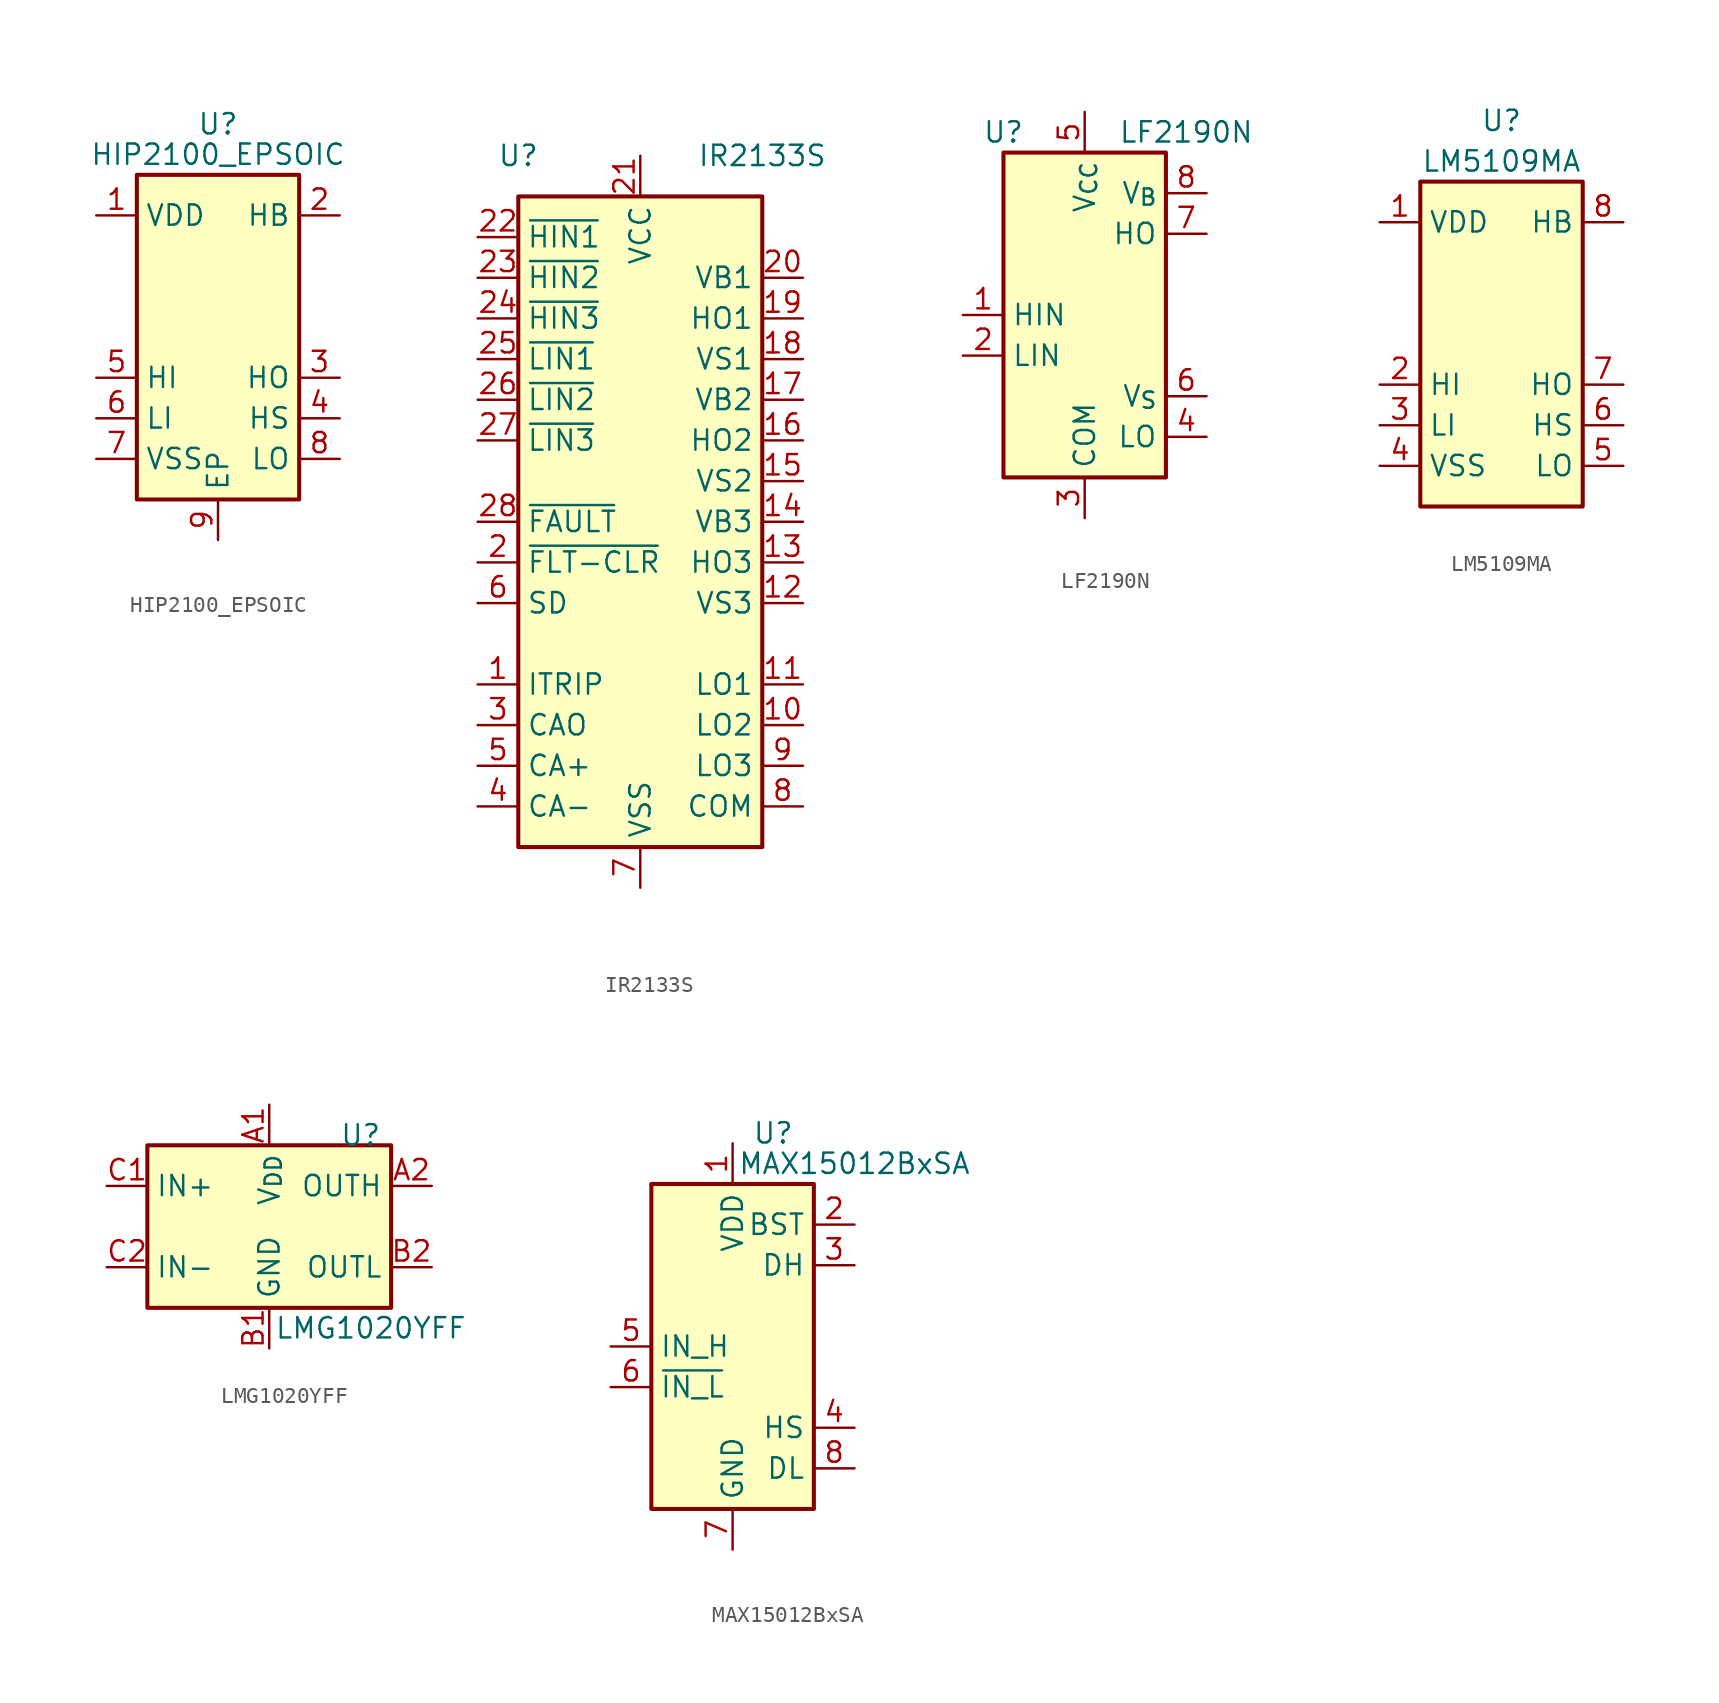
<source format=kicad_sym>
(kicad_symbol_lib
  (version 20231120)
  (generator "kicad_symbol_editor")
  (generator_version "8.0")
  (symbol "HIP2100_EPSOIC"
    (property "Reference" "U"
      (at 0 13.335 0)
      (effects (font (size 1.27 1.27))))
    (property "Value" "HIP2100_EPSOIC"
      (at 0 11.43 0)
      (effects (font (size 1.27 1.27))))
    (symbol "HIP2100_EPSOIC_0_1"
      (rectangle (start -5.08 -10.16) (end 5.08 10.16) (stroke (width 0.254) (type default)) (fill (type background))))
    (symbol "HIP2100_EPSOIC_1_1"
      (pin power_in line (at -7.62 7.62 0) (length 2.54) (name "VDD" (effects (font (size 1.27 1.27)))) (number "1" (effects (font (size 1.27 1.27)))))
      (pin passive line (at 7.62 7.62 180) (length 2.54) (name "HB" (effects (font (size 1.27 1.27)))) (number "2" (effects (font (size 1.27 1.27)))))
      (pin output line (at 7.62 -2.54 180) (length 2.54) (name "HO" (effects (font (size 1.27 1.27)))) (number "3" (effects (font (size 1.27 1.27)))))
      (pin passive line (at 7.62 -5.08 180) (length 2.54) (name "HS" (effects (font (size 1.27 1.27)))) (number "4" (effects (font (size 1.27 1.27)))))
      (pin input line (at -7.62 -2.54 0) (length 2.54) (name "HI" (effects (font (size 1.27 1.27)))) (number "5" (effects (font (size 1.27 1.27)))))
      (pin input line (at -7.62 -5.08 0) (length 2.54) (name "LI" (effects (font (size 1.27 1.27)))) (number "6" (effects (font (size 1.27 1.27)))))
      (pin power_in line (at -7.62 -7.62 0) (length 2.54) (name "VSS" (effects (font (size 1.27 1.27)))) (number "7" (effects (font (size 1.27 1.27)))))
      (pin output line (at 7.62 -7.62 180) (length 2.54) (name "LO" (effects (font (size 1.27 1.27)))) (number "8" (effects (font (size 1.27 1.27)))))
      (pin output line (at 0 -12.7 90) (length 2.54) (name "EP" (effects (font (size 1.27 1.27)))) (number "9" (effects (font (size 1.27 1.27)))))))
  (symbol "IR2133S"
    (property "Reference" "U"
      (at -7.62 22.86 0)
      (effects (font (size 1.27 1.27))))
    (property "Value" "IR2133S"
      (at 7.62 22.86 0)
      (effects (font (size 1.27 1.27))))
    (symbol "IR2133S_1_1"
      (rectangle (start -7.62 -20.32) (end 7.62 20.32) (stroke (width 0.254) (type default)) (fill (type background)))
      (pin input line (at -10.16 -10.16 0) (length 2.54) (name "ITRIP" (effects (font (size 1.27 1.27)))) (number "1" (effects (font (size 1.27 1.27)))))
      (pin output line (at 10.16 -12.7 180) (length 2.54) (name "LO2" (effects (font (size 1.27 1.27)))) (number "10" (effects (font (size 1.27 1.27)))))
      (pin output line (at 10.16 -10.16 180) (length 2.54) (name "LO1" (effects (font (size 1.27 1.27)))) (number "11" (effects (font (size 1.27 1.27)))))
      (pin passive line (at 10.16 -5.08 180) (length 2.54) (name "VS3" (effects (font (size 1.27 1.27)))) (number "12" (effects (font (size 1.27 1.27)))))
      (pin output line (at 10.16 -2.54 180) (length 2.54) (name "HO3" (effects (font (size 1.27 1.27)))) (number "13" (effects (font (size 1.27 1.27)))))
      (pin passive line (at 10.16 0 180) (length 2.54) (name "VB3" (effects (font (size 1.27 1.27)))) (number "14" (effects (font (size 1.27 1.27)))))
      (pin passive line (at 10.16 2.54 180) (length 2.54) (name "VS2" (effects (font (size 1.27 1.27)))) (number "15" (effects (font (size 1.27 1.27)))))
      (pin output line (at 10.16 5.08 180) (length 2.54) (name "HO2" (effects (font (size 1.27 1.27)))) (number "16" (effects (font (size 1.27 1.27)))))
      (pin passive line (at 10.16 7.62 180) (length 2.54) (name "VB2" (effects (font (size 1.27 1.27)))) (number "17" (effects (font (size 1.27 1.27)))))
      (pin passive line (at 10.16 10.16 180) (length 2.54) (name "VS1" (effects (font (size 1.27 1.27)))) (number "18" (effects (font (size 1.27 1.27)))))
      (pin output line (at 10.16 12.7 180) (length 2.54) (name "HO1" (effects (font (size 1.27 1.27)))) (number "19" (effects (font (size 1.27 1.27)))))
      (pin input line (at -10.16 -2.54 0) (length 2.54) (name "~{FLT-CLR}" (effects (font (size 1.27 1.27)))) (number "2" (effects (font (size 1.27 1.27)))))
      (pin passive line (at 10.16 15.24 180) (length 2.54) (name "VB1" (effects (font (size 1.27 1.27)))) (number "20" (effects (font (size 1.27 1.27)))))
      (pin power_in line (at 0 22.86 270) (length 2.54) (name "VCC" (effects (font (size 1.27 1.27)))) (number "21" (effects (font (size 1.27 1.27)))))
      (pin input line (at -10.16 17.78 0) (length 2.54) (name "~{HIN1}" (effects (font (size 1.27 1.27)))) (number "22" (effects (font (size 1.27 1.27)))))
      (pin input line (at -10.16 15.24 0) (length 2.54) (name "~{HIN2}" (effects (font (size 1.27 1.27)))) (number "23" (effects (font (size 1.27 1.27)))))
      (pin input line (at -10.16 12.7 0) (length 2.54) (name "~{HIN3}" (effects (font (size 1.27 1.27)))) (number "24" (effects (font (size 1.27 1.27)))))
      (pin input line (at -10.16 10.16 0) (length 2.54) (name "~{LIN1}" (effects (font (size 1.27 1.27)))) (number "25" (effects (font (size 1.27 1.27)))))
      (pin input line (at -10.16 7.62 0) (length 2.54) (name "~{LIN2}" (effects (font (size 1.27 1.27)))) (number "26" (effects (font (size 1.27 1.27)))))
      (pin input line (at -10.16 5.08 0) (length 2.54) (name "~{LIN3}" (effects (font (size 1.27 1.27)))) (number "27" (effects (font (size 1.27 1.27)))))
      (pin output line (at -10.16 0 0) (length 2.54) (name "~{FAULT}" (effects (font (size 1.27 1.27)))) (number "28" (effects (font (size 1.27 1.27)))))
      (pin output line (at -10.16 -12.7 0) (length 2.54) (name "CAO" (effects (font (size 1.27 1.27)))) (number "3" (effects (font (size 1.27 1.27)))))
      (pin input line (at -10.16 -17.78 0) (length 2.54) (name "CA-" (effects (font (size 1.27 1.27)))) (number "4" (effects (font (size 1.27 1.27)))))
      (pin input line (at -10.16 -15.24 0) (length 2.54) (name "CA+" (effects (font (size 1.27 1.27)))) (number "5" (effects (font (size 1.27 1.27)))))
      (pin input line (at -10.16 -5.08 0) (length 2.54) (name "SD" (effects (font (size 1.27 1.27)))) (number "6" (effects (font (size 1.27 1.27)))))
      (pin power_in line (at 0 -22.86 90) (length 2.54) (name "VSS" (effects (font (size 1.27 1.27)))) (number "7" (effects (font (size 1.27 1.27)))))
      (pin passive line (at 10.16 -17.78 180) (length 2.54) (name "COM" (effects (font (size 1.27 1.27)))) (number "8" (effects (font (size 1.27 1.27)))))
      (pin output line (at 10.16 -15.24 180) (length 2.54) (name "LO3" (effects (font (size 1.27 1.27)))) (number "9" (effects (font (size 1.27 1.27)))))))
  (symbol "LF2190N"
    (property "Reference" "U"
      (at -5.08 11.43 0)
      (effects (font (size 1.27 1.27))))
    (property "Value" "LF2190N"
      (at 6.35 11.43 0)
      (effects (font (size 1.27 1.27))))
    (symbol "LF2190N_0_1"
      (rectangle (start -5.08 -10.16) (end 5.08 10.16) (stroke (width 0.254) (type default)) (fill (type background))))
    (symbol "LF2190N_1_1"
      (pin passive line (at -7.62 0 0) (length 2.54) (name "HIN" (effects (font (size 1.27 1.27)))) (number "1" (effects (font (size 1.27 1.27)))))
      (pin passive line (at -7.62 -2.54 0) (length 2.54) (name "LIN" (effects (font (size 1.27 1.27)))) (number "2" (effects (font (size 1.27 1.27)))))
      (pin power_in line (at 0 -12.7 90) (length 2.54) (name "COM" (effects (font (size 1.27 1.27)))) (number "3" (effects (font (size 1.27 1.27)))))
      (pin output line (at 7.62 -7.62 180) (length 2.54) (name "LO" (effects (font (size 1.27 1.27)))) (number "4" (effects (font (size 1.27 1.27)))))
      (pin power_in line (at 0 12.7 270) (length 2.54) (name "V_{CC}" (effects (font (size 1.27 1.27)))) (number "5" (effects (font (size 1.27 1.27)))))
      (pin passive line (at 7.62 -5.08 180) (length 2.54) (name "V_{S}" (effects (font (size 1.27 1.27)))) (number "6" (effects (font (size 1.27 1.27)))))
      (pin output line (at 7.62 5.08 180) (length 2.54) (name "HO" (effects (font (size 1.27 1.27)))) (number "7" (effects (font (size 1.27 1.27)))))
      (pin passive line (at 7.62 7.62 180) (length 2.54) (name "V_{B}" (effects (font (size 1.27 1.27)))) (number "8" (effects (font (size 1.27 1.27)))))))
  (symbol "LM5109MA"
    (property "Reference" "U"
      (at 0 13.97 0)
      (effects (font (size 1.27 1.27))))
    (property "Value" "LM5109MA"
      (at 0 11.43 0)
      (effects (font (size 1.27 1.27))))
    (symbol "LM5109MA_0_1"
      (rectangle (start -5.08 -10.16) (end 5.08 10.16) (stroke (width 0.254) (type default)) (fill (type background))))
    (symbol "LM5109MA_1_1"
      (pin power_in line (at -7.62 7.62 0) (length 2.54) (name "VDD" (effects (font (size 1.27 1.27)))) (number "1" (effects (font (size 1.27 1.27)))))
      (pin input line (at -7.62 -2.54 0) (length 2.54) (name "HI" (effects (font (size 1.27 1.27)))) (number "2" (effects (font (size 1.27 1.27)))))
      (pin input line (at -7.62 -5.08 0) (length 2.54) (name "LI" (effects (font (size 1.27 1.27)))) (number "3" (effects (font (size 1.27 1.27)))))
      (pin power_in line (at -7.62 -7.62 0) (length 2.54) (name "VSS" (effects (font (size 1.27 1.27)))) (number "4" (effects (font (size 1.27 1.27)))))
      (pin output line (at 7.62 -7.62 180) (length 2.54) (name "LO" (effects (font (size 1.27 1.27)))) (number "5" (effects (font (size 1.27 1.27)))))
      (pin passive line (at 7.62 -5.08 180) (length 2.54) (name "HS" (effects (font (size 1.27 1.27)))) (number "6" (effects (font (size 1.27 1.27)))))
      (pin output line (at 7.62 -2.54 180) (length 2.54) (name "HO" (effects (font (size 1.27 1.27)))) (number "7" (effects (font (size 1.27 1.27)))))
      (pin passive line (at 7.62 7.62 180) (length 2.54) (name "HB" (effects (font (size 1.27 1.27)))) (number "8" (effects (font (size 1.27 1.27)))))))
  (symbol "LMG1020YFF"
    (property "Reference" "U"
      (at 5.715 5.715 0)
      (effects (font (size 1.27 1.27))))
    (property "Value" "LMG1020YFF"
      (at 6.35 -6.35 0)
      (effects (font (size 1.27 1.27))))
    (symbol "LMG1020YFF_0_1"
      (rectangle (start -7.62 5.08) (end 7.62 -5.08) (stroke (width 0.254) (type default)) (fill (type background))))
    (symbol "LMG1020YFF_1_1"
      (pin power_in line (at 0 7.62 270) (length 2.54) (name "V_{DD}" (effects (font (size 1.27 1.27)))) (number "A1" (effects (font (size 1.27 1.27)))))
      (pin output line (at 10.16 2.54 180) (length 2.54) (name "OUTH" (effects (font (size 1.27 1.27)))) (number "A2" (effects (font (size 1.27 1.27)))))
      (pin power_in line (at 0 -7.62 90) (length 2.54) (name "GND" (effects (font (size 1.27 1.27)))) (number "B1" (effects (font (size 1.27 1.27)))))
      (pin output line (at 10.16 -2.54 180) (length 2.54) (name "OUTL" (effects (font (size 1.27 1.27)))) (number "B2" (effects (font (size 1.27 1.27)))))
      (pin input line (at -10.16 2.54 0) (length 2.54) (name "IN+" (effects (font (size 1.27 1.27)))) (number "C1" (effects (font (size 1.27 1.27)))))
      (pin input line (at -10.16 -2.54 0) (length 2.54) (name "IN-" (effects (font (size 1.27 1.27)))) (number "C2" (effects (font (size 1.27 1.27)))))))
  (symbol "MAX15012BxSA"
    (property "Reference" "U"
      (at 2.54 13.335 0)
      (effects (font (size 1.27 1.27))))
    (property "Value" "MAX15012BxSA"
      (at 7.62 11.43 0)
      (effects (font (size 1.27 1.27))))
    (symbol "MAX15012BxSA_0_1"
      (rectangle (start -5.08 -10.16) (end 5.08 10.16) (stroke (width 0.254) (type default)) (fill (type background))))
    (symbol "MAX15012BxSA_1_1"
      (pin power_in line (at 0 12.7 270) (length 2.54) (name "VDD" (effects (font (size 1.27 1.27)))) (number "1" (effects (font (size 1.27 1.27)))))
      (pin power_in line (at 7.62 7.62 180) (length 2.54) (name "BST" (effects (font (size 1.27 1.27)))) (number "2" (effects (font (size 1.27 1.27)))))
      (pin output line (at 7.62 5.08 180) (length 2.54) (name "DH" (effects (font (size 1.27 1.27)))) (number "3" (effects (font (size 1.27 1.27)))))
      (pin passive line (at 7.62 -5.08 180) (length 2.54) (name "HS" (effects (font (size 1.27 1.27)))) (number "4" (effects (font (size 1.27 1.27)))))
      (pin input line (at -7.62 0 0) (length 2.54) (name "IN_H" (effects (font (size 1.27 1.27)))) (number "5" (effects (font (size 1.27 1.27)))))
      (pin input line (at -7.62 -2.54 0) (length 2.54) (name "~{IN_L}" (effects (font (size 1.27 1.27)))) (number "6" (effects (font (size 1.27 1.27)))))
      (pin power_in line (at 0 -12.7 90) (length 2.54) (name "GND" (effects (font (size 1.27 1.27)))) (number "7" (effects (font (size 1.27 1.27)))))
      (pin output line (at 7.62 -7.62 180) (length 2.54) (name "DL" (effects (font (size 1.27 1.27)))) (number "8" (effects (font (size 1.27 1.27))))))))
</source>
